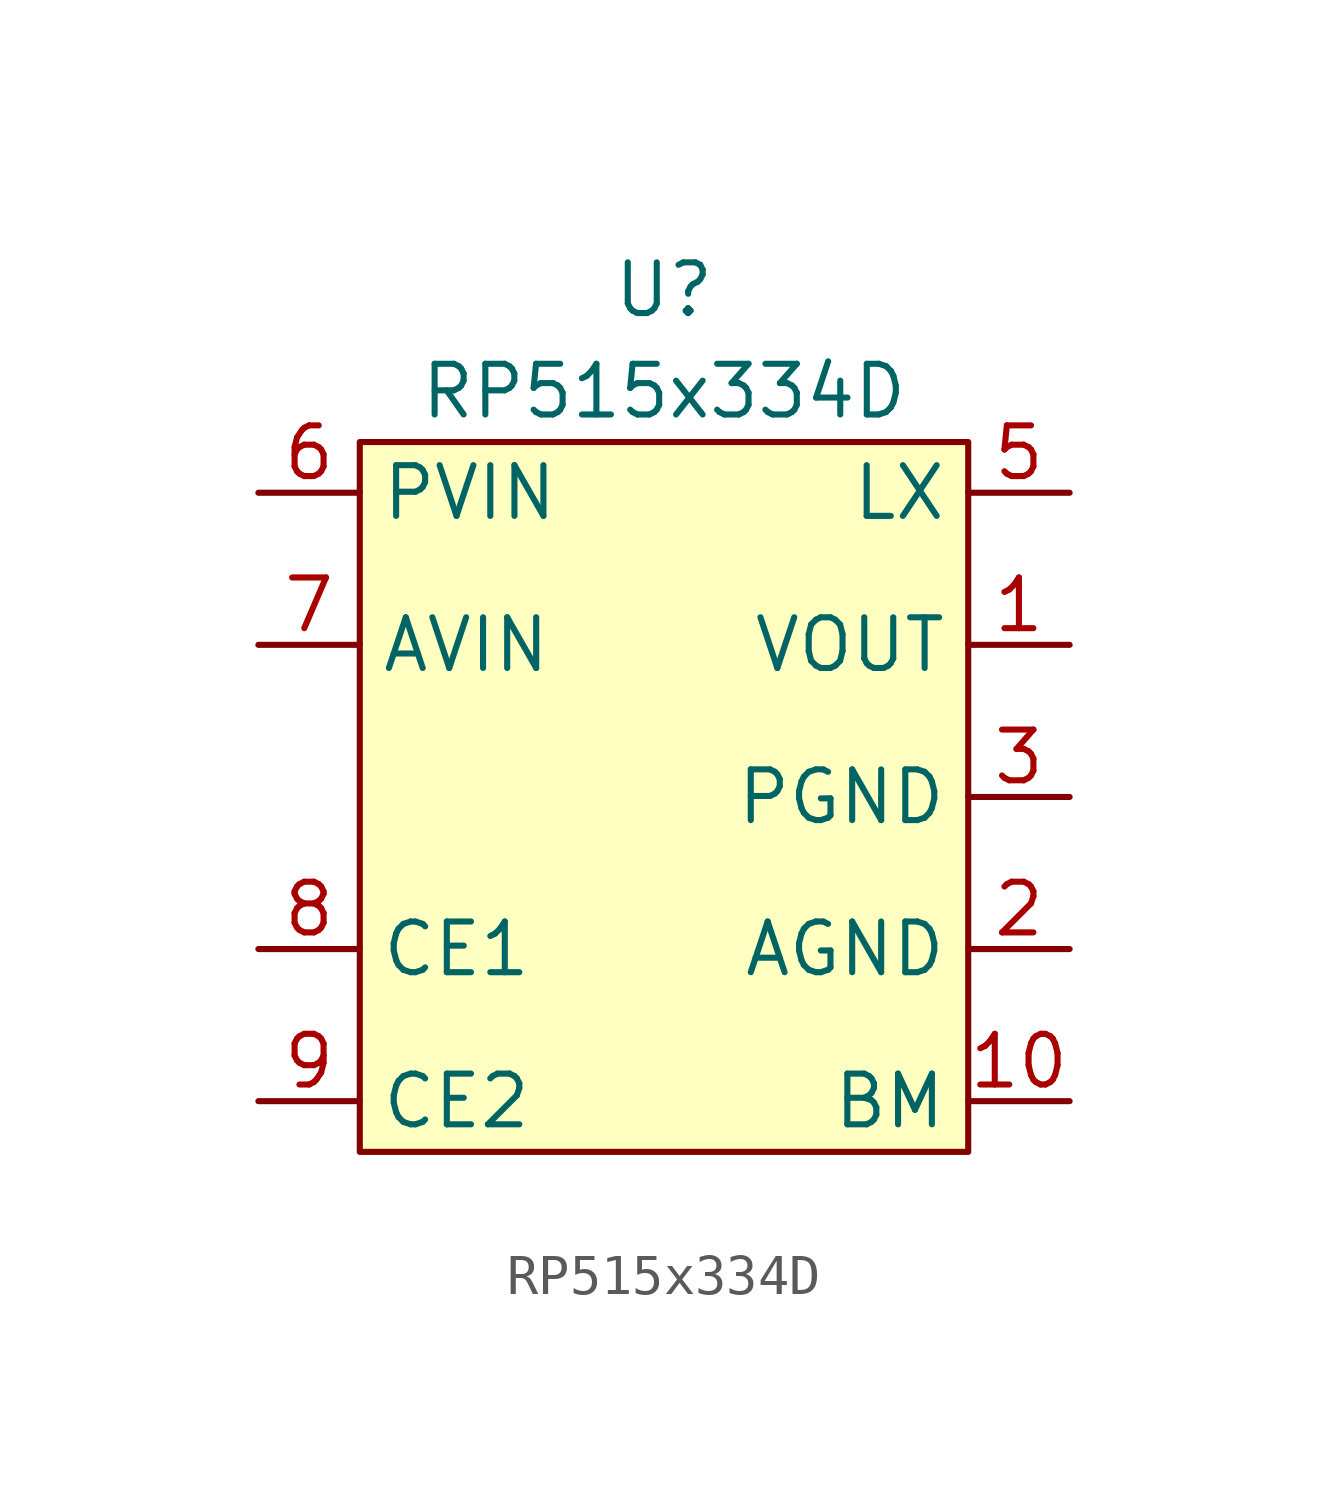
<source format=kicad_sym>
(kicad_symbol_lib
  (version 20211014)
  (generator kicad_symbol_editor)
  (symbol "RP515x334D"
    (property "Reference" "U"
      (at 0 16.51 0)
      (effects (font (size 1.27 1.27))))
    (property "Value" "RP515x334D"
      (at 0 13.97 0)
      (effects (font (size 1.27 1.27))))
    (symbol "RP515x334D_0_1"
      (rectangle (start -7.62 12.7) (end 7.62 -5.08) (stroke (width 0) (type default) (color 0 0 0 0)) (fill (type background))))
    (symbol "RP515x334D_1_1"
      (pin power_out line (at 10.16 7.62 180) (length 2.54) (name "VOUT" (effects (font (size 1.27 1.27)))) (number "1" (effects (font (size 1.27 1.27)))))
      (pin output line (at 10.16 -3.81 180) (length 2.54) (name "BM" (effects (font (size 1.27 1.27)))) (number "10" (effects (font (size 1.27 1.27)))))
      (pin input line (at 10.16 3.81 180) (length 2.54) hide (name "PGND" (effects (font (size 1.27 1.27)))) (number "11" (effects (font (size 1.27 1.27)))))
      (pin input line (at 10.16 0 180) (length 2.54) (name "AGND" (effects (font (size 1.27 1.27)))) (number "2" (effects (font (size 1.27 1.27)))))
      (pin input line (at 10.16 3.81 180) (length 2.54) (name "PGND" (effects (font (size 1.27 1.27)))) (number "3" (effects (font (size 1.27 1.27)))))
      (pin input line (at 10.16 11.43 180) (length 2.54) hide (name "LX" (effects (font (size 1.27 1.27)))) (number "4" (effects (font (size 1.27 1.27)))))
      (pin input line (at 10.16 11.43 180) (length 2.54) (name "LX" (effects (font (size 1.27 1.27)))) (number "5" (effects (font (size 1.27 1.27)))))
      (pin power_in line (at -10.16 11.43 0) (length 2.54) (name "PVIN" (effects (font (size 1.27 1.27)))) (number "6" (effects (font (size 1.27 1.27)))))
      (pin input line (at -10.16 7.62 0) (length 2.54) (name "AVIN" (effects (font (size 1.27 1.27)))) (number "7" (effects (font (size 1.27 1.27)))))
      (pin input line (at -10.16 0 0) (length 2.54) (name "CE1" (effects (font (size 1.27 1.27)))) (number "8" (effects (font (size 1.27 1.27)))))
      (pin input line (at -10.16 -3.81 0) (length 2.54) (name "CE2" (effects (font (size 1.27 1.27)))) (number "9" (effects (font (size 1.27 1.27))))))))
</source>
